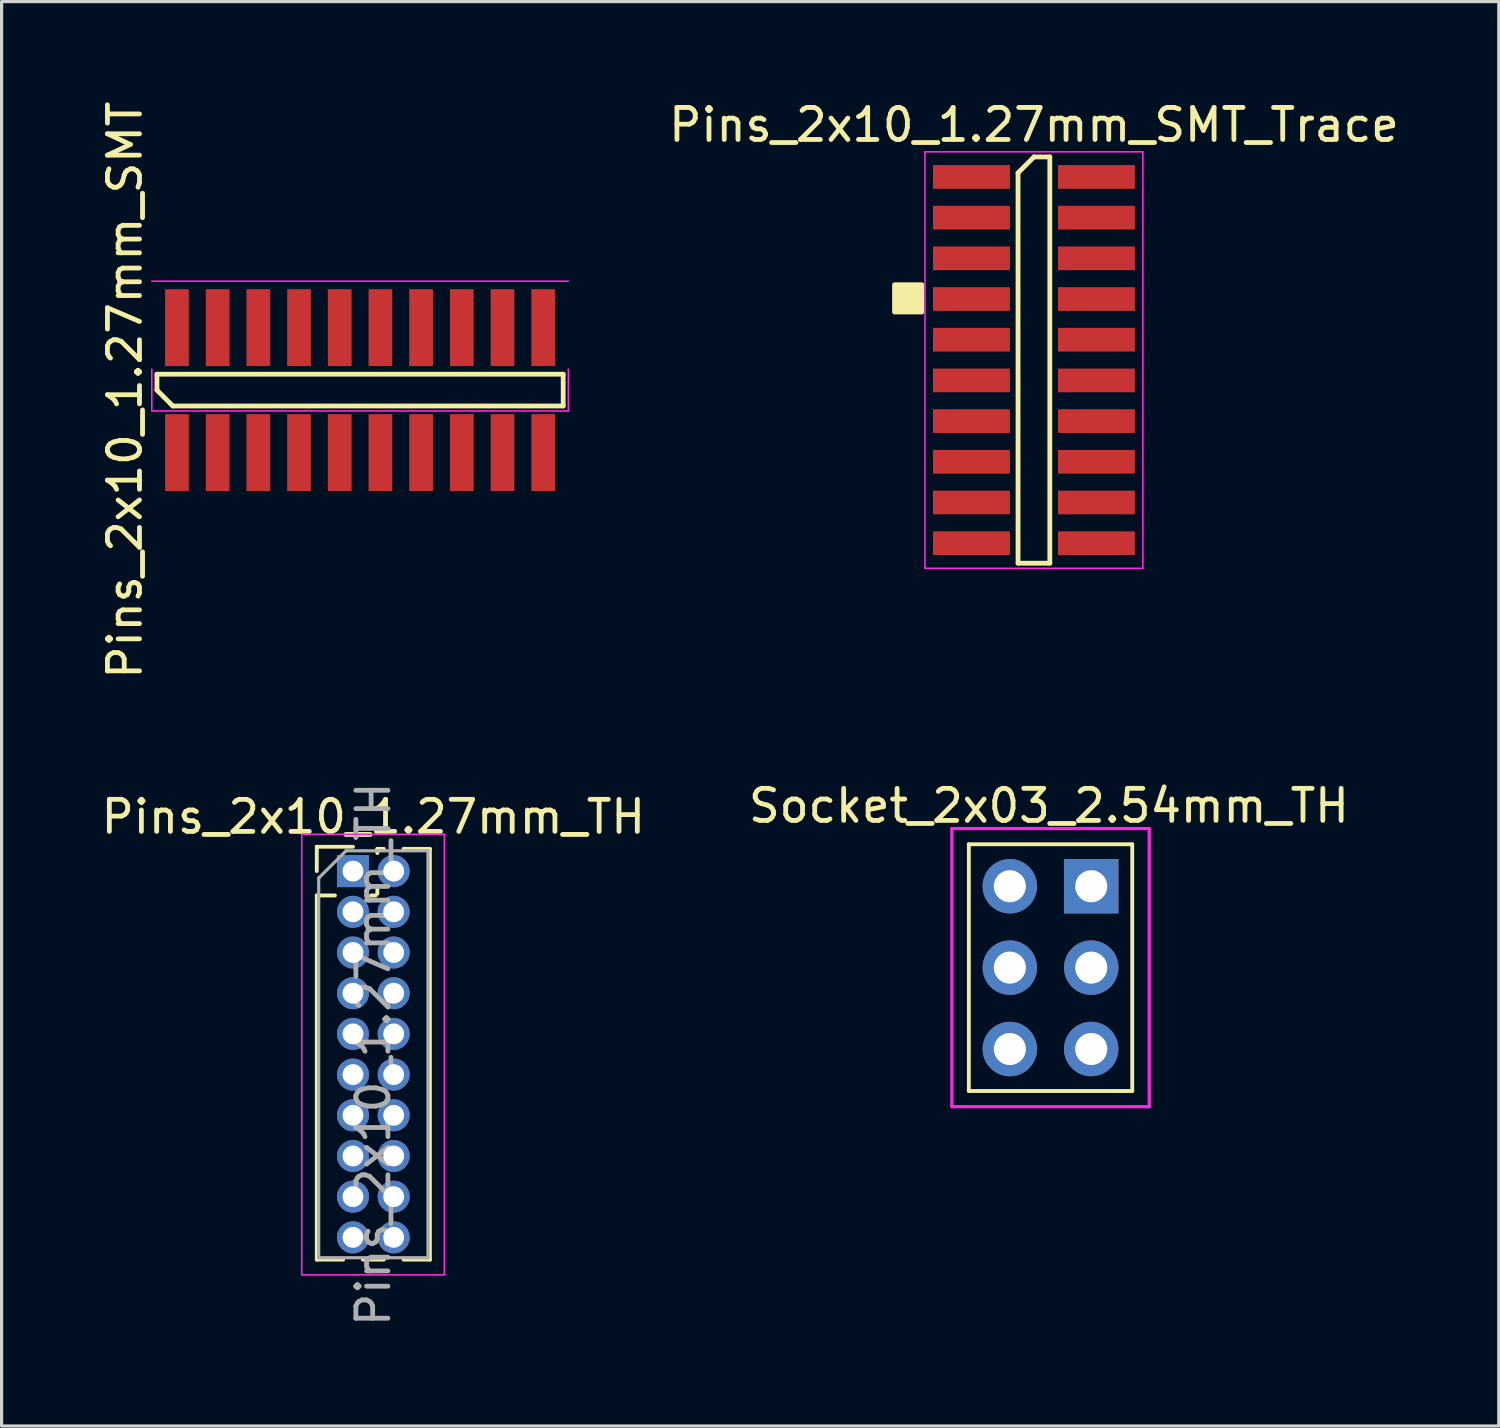
<source format=kicad_pcb>
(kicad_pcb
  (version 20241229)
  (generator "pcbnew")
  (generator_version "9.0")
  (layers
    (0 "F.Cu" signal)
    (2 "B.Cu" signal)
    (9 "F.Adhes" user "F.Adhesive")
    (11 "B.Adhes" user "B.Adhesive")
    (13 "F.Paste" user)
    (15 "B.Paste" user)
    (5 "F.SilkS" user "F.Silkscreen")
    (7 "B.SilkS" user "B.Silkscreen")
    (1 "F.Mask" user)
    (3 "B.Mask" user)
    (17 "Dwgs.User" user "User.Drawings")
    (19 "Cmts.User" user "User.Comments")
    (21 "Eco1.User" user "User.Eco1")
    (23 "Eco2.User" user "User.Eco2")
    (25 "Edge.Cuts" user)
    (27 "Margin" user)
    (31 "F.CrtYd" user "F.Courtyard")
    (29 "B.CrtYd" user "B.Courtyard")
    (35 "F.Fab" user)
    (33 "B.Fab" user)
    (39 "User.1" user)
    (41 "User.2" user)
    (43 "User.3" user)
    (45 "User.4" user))
  (footprint "Pins_2x10_1.27mm_SMT_Trace"
    (layer "F.Cu")
    (at 29.217 8.187)
    (property "Reference" "Pins_2x10_1.27mm_SMT_Trace" (at 0.002 -7.339 0) (layer "F.SilkS") (effects (font (size 1 1) (thickness 0.15))))
    (attr smd)
    (fp_line (start -0.496 -5.843) (end 0 -6.339) (stroke (width 0.15) (type solid)) (layer "F.SilkS"))
    (fp_line (start -0.496 6.339) (end -0.496 -5.843) (stroke (width 0.15) (type solid)) (layer "F.SilkS"))
    (fp_line (start 0 -6.339) (end 0.496 -6.339) (stroke (width 0.15) (type solid)) (layer "F.SilkS"))
    (fp_line (start 0.496 -6.339) (end 0.496 6.339) (stroke (width 0.15) (type solid)) (layer "F.SilkS"))
    (fp_line (start 0.496 6.339) (end -0.496 6.339) (stroke (width 0.15) (type solid)) (layer "F.SilkS"))
    (fp_poly (pts (xy -4.35 -2.35) (xy -4.35 -1.5) (xy -3.5 -1.5) (xy -3.5 -2.35)) (stroke (width 0.15) (type solid)) (fill yes) (layer "F.SilkS"))
    (fp_line (start -3.4 -6.5) (end 3.4 -6.5) (stroke (width 0.05) (type solid)) (layer "F.CrtYd"))
    (fp_line (start -3.4 6.5) (end -3.4 -6.5) (stroke (width 0.05) (type solid)) (layer "F.CrtYd"))
    (fp_line (start 3.4 -6.5) (end 3.4 6.5) (stroke (width 0.05) (type solid)) (layer "F.CrtYd"))
    (fp_line (start 3.4 6.5) (end -3.4 6.5) (stroke (width 0.05) (type solid)) (layer "F.CrtYd"))
    (pad "1" smd rect (at -1.95 -5.715 270) (size 0.74 2.4) (layers "F.Cu" "F.Mask" "F.Paste"))
    (pad "2" smd rect (at 1.95 -5.715 270) (size 0.74 2.4) (layers "F.Cu" "F.Mask" "F.Paste"))
    (pad "3" smd rect (at -1.95 -4.445 270) (size 0.74 2.4) (layers "F.Cu" "F.Mask" "F.Paste"))
    (pad "4" smd rect (at 1.95 -4.445 270) (size 0.74 2.4) (layers "F.Cu" "F.Mask" "F.Paste"))
    (pad "5" smd rect (at -1.95 -3.175 270) (size 0.74 2.4) (layers "F.Cu" "F.Mask" "F.Paste"))
    (pad "6" smd rect (at 1.95 -3.175 270) (size 0.74 2.4) (layers "F.Cu" "F.Mask" "F.Paste"))
    (pad "7" smd rect (at -1.95 -1.905 270) (size 0.74 2.4) (layers "F.Cu" "F.Mask" "F.Paste"))
    (pad "8" smd rect (at 1.95 -1.905 270) (size 0.74 2.4) (layers "F.Cu" "F.Mask" "F.Paste"))
    (pad "9" smd rect (at -1.95 -0.635 270) (size 0.74 2.4) (layers "F.Cu" "F.Mask" "F.Paste"))
    (pad "10" smd rect (at 1.95 -0.635 270) (size 0.74 2.4) (layers "F.Cu" "F.Mask" "F.Paste"))
    (pad "11" smd rect (at -1.95 0.635 270) (size 0.74 2.4) (layers "F.Cu" "F.Mask" "F.Paste"))
    (pad "12" smd rect (at 1.95 0.635 270) (size 0.74 2.4) (layers "F.Cu" "F.Mask" "F.Paste"))
    (pad "13" smd rect (at -1.95 1.905 270) (size 0.74 2.4) (layers "F.Cu" "F.Mask" "F.Paste"))
    (pad "14" smd rect (at 1.95 1.905 270) (size 0.74 2.4) (layers "F.Cu" "F.Mask" "F.Paste"))
    (pad "15" smd rect (at -1.95 3.175 270) (size 0.74 2.4) (layers "F.Cu" "F.Mask" "F.Paste"))
    (pad "16" smd rect (at 1.95 3.175 270) (size 0.74 2.4) (layers "F.Cu" "F.Mask" "F.Paste"))
    (pad "17" smd rect (at -1.95 4.445 270) (size 0.74 2.4) (layers "F.Cu" "F.Mask" "F.Paste"))
    (pad "18" smd rect (at 1.95 4.445 270) (size 0.74 2.4) (layers "F.Cu" "F.Mask" "F.Paste"))
    (pad "19" smd rect (at -1.95 5.715 270) (size 0.74 2.4) (layers "F.Cu" "F.Mask" "F.Paste"))
    (pad "20" smd rect (at 1.95 5.715 270) (size 0.74 2.4) (layers "F.Cu" "F.Mask" "F.Paste")))
  (footprint "Pins_2x10_1.27mm_TH"
    (layer "F.Cu")
    (at 7.966 24.136)
    (property "Reference" "Pins_2x10_1.27mm_TH" (at 0.635 -1.695 0) (layer "F.SilkS") (effects (font (size 1 1) (thickness 0.15))))
    (attr through_hole)
    (fp_line (start -1.13 -0.76) (end 0 -0.76) (stroke (width 0.12) (type solid)) (layer "F.SilkS"))
    (fp_line (start -1.13 0) (end -1.13 -0.76) (stroke (width 0.12) (type solid)) (layer "F.SilkS"))
    (fp_line (start -1.13 0.76) (end -1.13 12.125) (stroke (width 0.12) (type solid)) (layer "F.SilkS"))
    (fp_line (start -1.13 0.76) (end -0.563 0.76) (stroke (width 0.12) (type solid)) (layer "F.SilkS"))
    (fp_line (start -1.13 12.125) (end -0.308 12.125) (stroke (width 0.12) (type solid)) (layer "F.SilkS"))
    (fp_line (start 0.308 12.125) (end 0.962 12.125) (stroke (width 0.12) (type solid)) (layer "F.SilkS"))
    (fp_line (start 0.563 0.76) (end 0.707 0.76) (stroke (width 0.12) (type solid)) (layer "F.SilkS"))
    (fp_line (start 0.76 -0.695) (end 0.962 -0.695) (stroke (width 0.12) (type solid)) (layer "F.SilkS"))
    (fp_line (start 0.76 -0.563) (end 0.76 -0.695) (stroke (width 0.12) (type solid)) (layer "F.SilkS"))
    (fp_line (start 0.76 0.707) (end 0.76 0.563) (stroke (width 0.12) (type solid)) (layer "F.SilkS"))
    (fp_line (start 1.578 -0.695) (end 2.4 -0.695) (stroke (width 0.12) (type solid)) (layer "F.SilkS"))
    (fp_line (start 1.578 12.125) (end 2.4 12.125) (stroke (width 0.12) (type solid)) (layer "F.SilkS"))
    (fp_line (start 2.4 -0.695) (end 2.4 12.125) (stroke (width 0.12) (type solid)) (layer "F.SilkS"))
    (fp_line (start -1.6 -1.15) (end -1.6 12.6) (stroke (width 0.05) (type solid)) (layer "F.CrtYd"))
    (fp_line (start -1.6 12.6) (end 2.85 12.6) (stroke (width 0.05) (type solid)) (layer "F.CrtYd"))
    (fp_line (start 2.85 -1.15) (end -1.6 -1.15) (stroke (width 0.05) (type solid)) (layer "F.CrtYd"))
    (fp_line (start 2.85 12.6) (end 2.85 -1.15) (stroke (width 0.05) (type solid)) (layer "F.CrtYd"))
    (fp_line (start -1.07 0.217) (end -0.217 -0.635) (stroke (width 0.1) (type solid)) (layer "F.Fab"))
    (fp_line (start -1.07 12.065) (end -1.07 0.217) (stroke (width 0.1) (type solid)) (layer "F.Fab"))
    (fp_line (start -0.217 -0.635) (end 2.34 -0.635) (stroke (width 0.1) (type solid)) (layer "F.Fab"))
    (fp_line (start 2.34 -0.635) (end 2.34 12.065) (stroke (width 0.1) (type solid)) (layer "F.Fab"))
    (fp_line (start 2.34 12.065) (end -1.07 12.065) (stroke (width 0.1) (type solid)) (layer "F.Fab"))
    (fp_text user "${REFERENCE}" (at 0.635 5.715 90) (layer "F.Fab") (effects (font (size 1 1) (thickness 0.15))))
    (pad "1" thru_hole rect (at 0 0) (size 1 1) (drill 0.65) (layers "*.Cu" "*.Mask"))
    (pad "2" thru_hole oval (at 1.27 0) (size 1 1) (drill 0.65) (layers "*.Cu" "*.Mask"))
    (pad "3" thru_hole oval (at 0 1.27) (size 1 1) (drill 0.65) (layers "*.Cu" "*.Mask"))
    (pad "4" thru_hole oval (at 1.27 1.27) (size 1 1) (drill 0.65) (layers "*.Cu" "*.Mask"))
    (pad "5" thru_hole oval (at 0 2.54) (size 1 1) (drill 0.65) (layers "*.Cu" "*.Mask"))
    (pad "6" thru_hole oval (at 1.27 2.54) (size 1 1) (drill 0.65) (layers "*.Cu" "*.Mask"))
    (pad "7" thru_hole oval (at 0 3.81) (size 1 1) (drill 0.65) (layers "*.Cu" "*.Mask"))
    (pad "8" thru_hole oval (at 1.27 3.81) (size 1 1) (drill 0.65) (layers "*.Cu" "*.Mask"))
    (pad "9" thru_hole oval (at 0 5.08) (size 1 1) (drill 0.65) (layers "*.Cu" "*.Mask"))
    (pad "10" thru_hole oval (at 1.27 5.08) (size 1 1) (drill 0.65) (layers "*.Cu" "*.Mask"))
    (pad "11" thru_hole oval (at 0 6.35) (size 1 1) (drill 0.65) (layers "*.Cu" "*.Mask"))
    (pad "12" thru_hole oval (at 1.27 6.35) (size 1 1) (drill 0.65) (layers "*.Cu" "*.Mask"))
    (pad "13" thru_hole oval (at 0 7.62) (size 1 1) (drill 0.65) (layers "*.Cu" "*.Mask"))
    (pad "14" thru_hole oval (at 1.27 7.62) (size 1 1) (drill 0.65) (layers "*.Cu" "*.Mask"))
    (pad "15" thru_hole oval (at 0 8.89) (size 1 1) (drill 0.65) (layers "*.Cu" "*.Mask"))
    (pad "16" thru_hole oval (at 1.27 8.89) (size 1 1) (drill 0.65) (layers "*.Cu" "*.Mask"))
    (pad "17" thru_hole oval (at 0 10.16) (size 1 1) (drill 0.65) (layers "*.Cu" "*.Mask"))
    (pad "18" thru_hole oval (at 1.27 10.16) (size 1 1) (drill 0.65) (layers "*.Cu" "*.Mask"))
    (pad "19" thru_hole oval (at 0 11.43) (size 1 1) (drill 0.65) (layers "*.Cu" "*.Mask"))
    (pad "20" thru_hole oval (at 1.27 11.43) (size 1 1) (drill 0.65) (layers "*.Cu" "*.Mask")))
  (footprint "Pins_2x10_1.27mm_SMT"
    (layer "F.Cu")
    (at 8.187 9.125)
    (property "Reference" "Pins_2x10_1.27mm_SMT" (at -7.339 0 90) (layer "F.SilkS") (effects (font (size 1 1) (thickness 0.15))))
    (attr smd)
    (fp_line (start -6.339 -0.496) (end 6.339 -0.496) (stroke (width 0.15) (type solid)) (layer "F.SilkS"))
    (fp_line (start -6.339 0) (end -6.339 -0.496) (stroke (width 0.15) (type solid)) (layer "F.SilkS"))
    (fp_line (start -5.843 0.496) (end -6.339 0) (stroke (width 0.15) (type solid)) (layer "F.SilkS"))
    (fp_line (start 6.339 -0.496) (end 6.339 0.496) (stroke (width 0.15) (type solid)) (layer "F.SilkS"))
    (fp_line (start 6.339 0.496) (end -5.843 0.496) (stroke (width 0.15) (type solid)) (layer "F.SilkS"))
    (fp_line (start -6.5 -3.4) (end 6.5 -3.4) (stroke (width 0.05) (type solid)) (layer "F.CrtYd"))
    (fp_line (start -6.5 0.65) (end -6.5 -0.65) (stroke (width 0.05) (type solid)) (layer "F.CrtYd"))
    (fp_line (start 6.5 -0.65) (end 6.5 0.65) (stroke (width 0.05) (type solid)) (layer "F.CrtYd"))
    (fp_line (start 6.5 0.65) (end -6.5 0.65) (stroke (width 0.05) (type solid)) (layer "F.CrtYd"))
    (pad "1" smd rect (at -5.715 1.95) (size 0.74 2.4) (layers "F.Cu" "F.Mask" "F.Paste"))
    (pad "2" smd rect (at -5.715 -1.95) (size 0.74 2.4) (layers "F.Cu" "F.Mask" "F.Paste"))
    (pad "3" smd rect (at -4.445 1.95) (size 0.74 2.4) (layers "F.Cu" "F.Mask" "F.Paste"))
    (pad "4" smd rect (at -4.445 -1.95) (size 0.74 2.4) (layers "F.Cu" "F.Mask" "F.Paste"))
    (pad "5" smd rect (at -3.175 1.95) (size 0.74 2.4) (layers "F.Cu" "F.Mask" "F.Paste"))
    (pad "6" smd rect (at -3.175 -1.95) (size 0.74 2.4) (layers "F.Cu" "F.Mask" "F.Paste"))
    (pad "7" smd rect (at -1.905 1.95) (size 0.74 2.4) (layers "F.Cu" "F.Mask" "F.Paste"))
    (pad "8" smd rect (at -1.905 -1.95) (size 0.74 2.4) (layers "F.Cu" "F.Mask" "F.Paste"))
    (pad "9" smd rect (at -0.635 1.95) (size 0.74 2.4) (layers "F.Cu" "F.Mask" "F.Paste"))
    (pad "10" smd rect (at -0.635 -1.95) (size 0.74 2.4) (layers "F.Cu" "F.Mask" "F.Paste"))
    (pad "11" smd rect (at 0.635 1.95) (size 0.74 2.4) (layers "F.Cu" "F.Mask" "F.Paste"))
    (pad "12" smd rect (at 0.635 -1.95) (size 0.74 2.4) (layers "F.Cu" "F.Mask" "F.Paste"))
    (pad "13" smd rect (at 1.905 1.95) (size 0.74 2.4) (layers "F.Cu" "F.Mask" "F.Paste"))
    (pad "14" smd rect (at 1.905 -1.95) (size 0.74 2.4) (layers "F.Cu" "F.Mask" "F.Paste"))
    (pad "15" smd rect (at 3.175 1.95) (size 0.74 2.4) (layers "F.Cu" "F.Mask" "F.Paste"))
    (pad "16" smd rect (at 3.175 -1.95) (size 0.74 2.4) (layers "F.Cu" "F.Mask" "F.Paste"))
    (pad "17" smd rect (at 4.445 1.95) (size 0.74 2.4) (layers "F.Cu" "F.Mask" "F.Paste"))
    (pad "18" smd rect (at 4.445 -1.95) (size 0.74 2.4) (layers "F.Cu" "F.Mask" "F.Paste"))
    (pad "19" smd rect (at 5.715 1.95) (size 0.74 2.4) (layers "F.Cu" "F.Mask" "F.Paste"))
    (pad "20" smd rect (at 5.715 -1.95) (size 0.74 2.4) (layers "F.Cu" "F.Mask" "F.Paste")))
  (footprint "Socket_2x03_2.54mm_TH"
    (layer "F.Cu")
    (at 29.735 27.148)
    (property "Reference" "Socket_2x03_2.54mm_TH" (at -0.05 -5.05 0) (layer "F.SilkS") (effects (font (size 1 1) (thickness 0.15))))
    (attr through_hole)
    (fp_line (start -2.55 -3.85) (end 2.55 -3.85) (stroke (width 0.12) (type solid)) (layer "F.SilkS"))
    (fp_line (start -2.55 3.85) (end -2.55 -3.85) (stroke (width 0.12) (type solid)) (layer "F.SilkS"))
    (fp_line (start 2.55 -3.85) (end 2.55 3.85) (stroke (width 0.12) (type solid)) (layer "F.SilkS"))
    (fp_line (start 2.55 3.85) (end -2.55 3.85) (stroke (width 0.12) (type solid)) (layer "F.SilkS"))
    (fp_line (start -3.08 -4.34) (end -3.08 4.34) (stroke (width 0.1) (type solid)) (layer "F.CrtYd"))
    (fp_line (start -3.08 4.34) (end 3.08 4.34) (stroke (width 0.1) (type solid)) (layer "F.CrtYd"))
    (fp_line (start 3.08 -4.34) (end -3.08 -4.34) (stroke (width 0.1) (type solid)) (layer "F.CrtYd"))
    (fp_line (start 3.08 4.34) (end 3.08 -4.34) (stroke (width 0.1) (type solid)) (layer "F.CrtYd"))
    (pad "1" thru_hole rect (at 1.27 -2.54) (size 1.7 1.7) (drill 1) (layers "*.Cu" "*.Mask"))
    (pad "2" thru_hole circle (at -1.27 -2.54) (size 1.7 1.7) (drill 1) (layers "*.Cu" "*.Mask"))
    (pad "3" thru_hole oval (at 1.27 0) (size 1.7 1.7) (drill 1) (layers "*.Cu" "*.Mask"))
    (pad "4" thru_hole oval (at -1.27 0) (size 1.7 1.7) (drill 1) (layers "*.Cu" "*.Mask"))
    (pad "5" thru_hole oval (at 1.27 2.54) (size 1.7 1.7) (drill 1) (layers "*.Cu" "*.Mask"))
    (pad "6" thru_hole oval (at -1.27 2.54) (size 1.7 1.7) (drill 1) (layers "*.Cu" "*.Mask")))
  (gr_rect
    (start -3 -3)
    (end 43.724 41.452)
    (stroke (width 0.1) (type default))
    (fill no)
    (layer "Edge.Cuts")))
</source>
